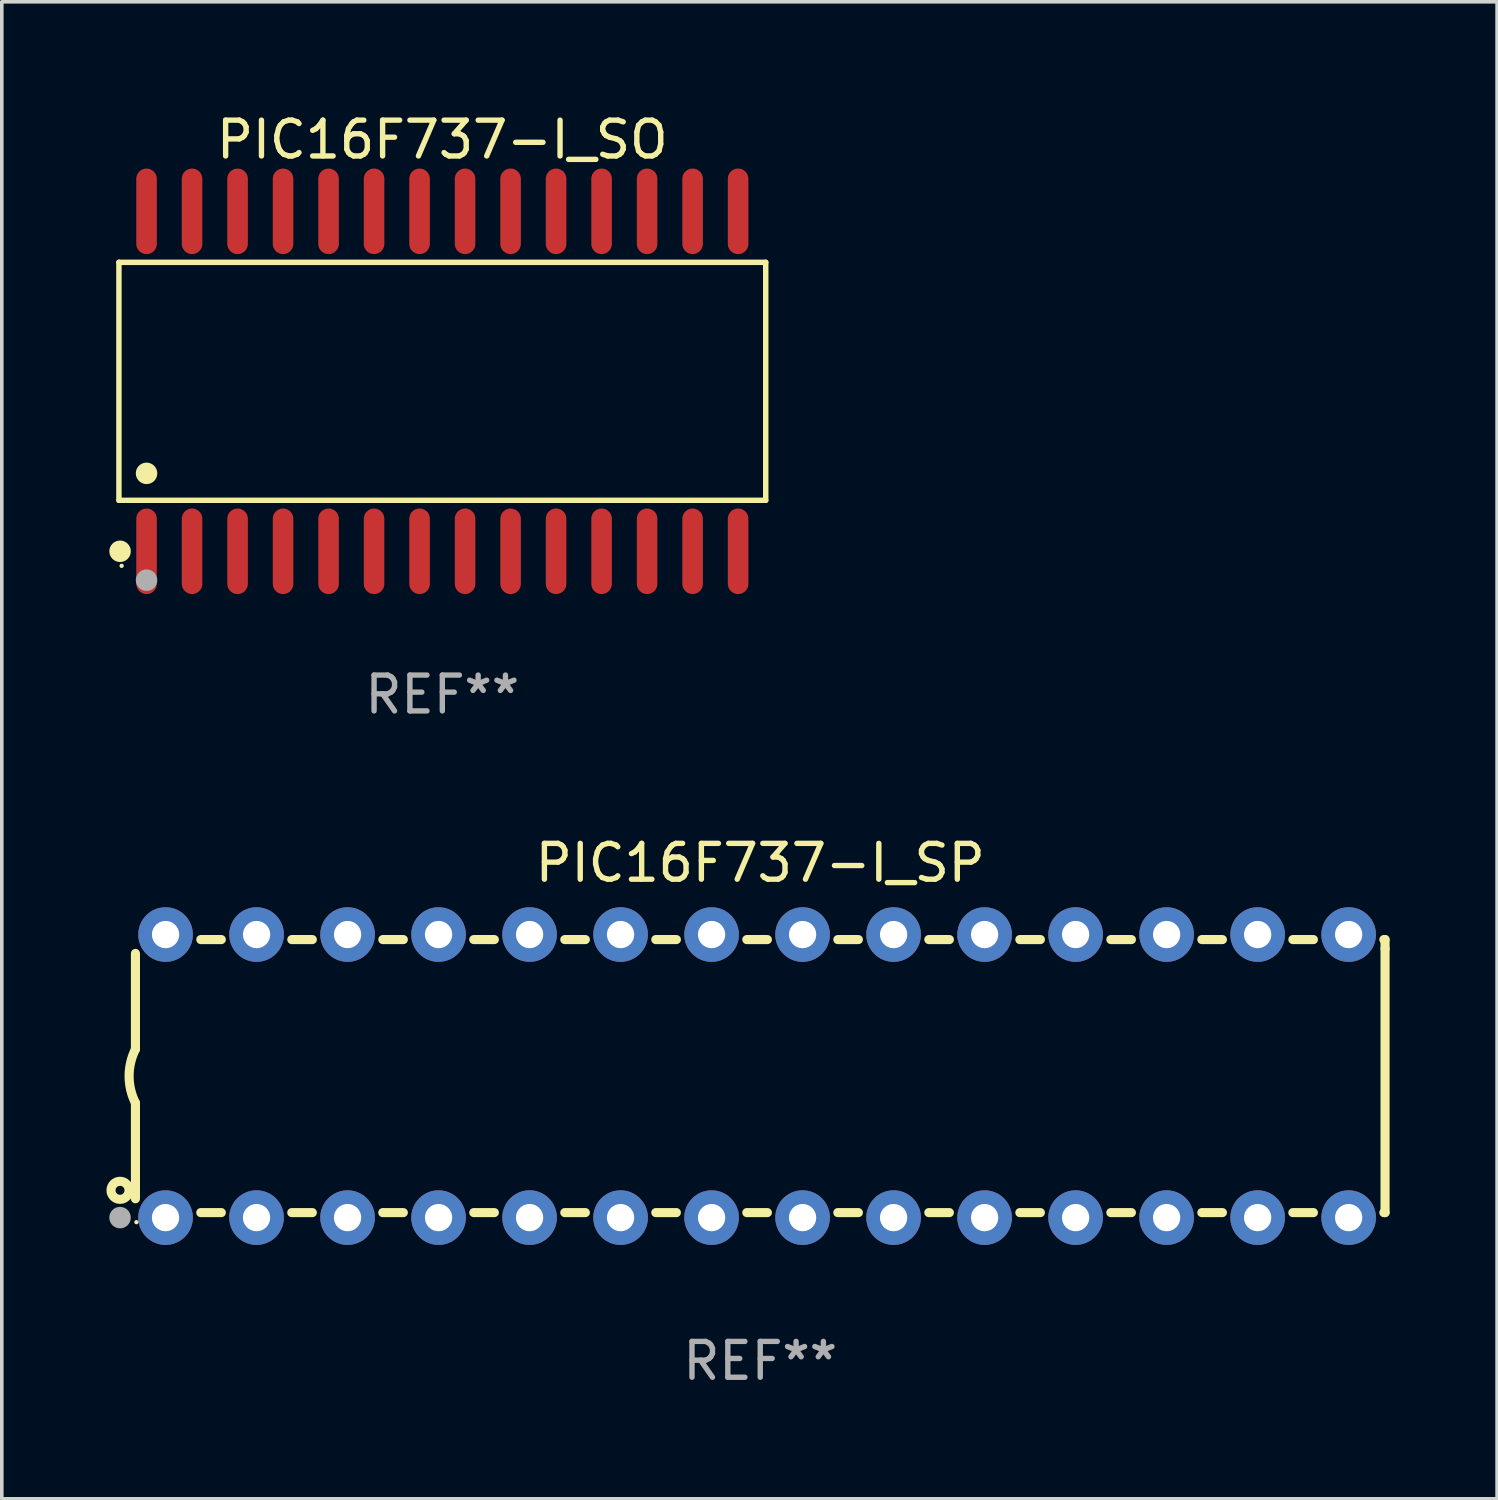
<source format=kicad_pcb>
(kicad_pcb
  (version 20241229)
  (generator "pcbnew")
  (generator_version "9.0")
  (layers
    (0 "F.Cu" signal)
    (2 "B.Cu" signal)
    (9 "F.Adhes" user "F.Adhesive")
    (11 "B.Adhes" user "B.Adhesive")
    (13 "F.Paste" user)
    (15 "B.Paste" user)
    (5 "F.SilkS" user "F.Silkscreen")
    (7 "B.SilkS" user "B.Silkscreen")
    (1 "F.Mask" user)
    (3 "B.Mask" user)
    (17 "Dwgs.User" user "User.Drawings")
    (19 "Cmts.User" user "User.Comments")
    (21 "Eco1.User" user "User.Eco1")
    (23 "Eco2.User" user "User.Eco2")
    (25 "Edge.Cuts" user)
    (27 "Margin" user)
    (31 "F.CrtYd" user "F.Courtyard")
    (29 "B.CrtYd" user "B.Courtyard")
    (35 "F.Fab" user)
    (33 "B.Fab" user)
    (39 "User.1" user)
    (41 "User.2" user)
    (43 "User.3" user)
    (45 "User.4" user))
  (footprint "PIC16F737-I_SP"
    (layer "F.Cu")
    (at 18.168 26.983)
    (property "Reference" "PIC16F737-I_SP" (at 0 -5.95 0) (layer "F.SilkS") (effects (font (size 1 1) (thickness 0.15))))
    (attr through_hole)
    (fp_line (start -17.438 0.75) (end -17.438 3.423) (stroke (width 0.254) (type solid)) (layer "F.SilkS"))
    (fp_line (start -17.438 -3.423) (end -17.438 -0.75) (stroke (width 0.254) (type solid)) (layer "F.SilkS"))
    (fp_line (start -15.615 3.81) (end -15.041 3.81) (stroke (width 0.254) (type solid)) (layer "F.SilkS"))
    (fp_line (start -15.041 -3.81) (end -15.614 -3.81) (stroke (width 0.254) (type solid)) (layer "F.SilkS"))
    (fp_line (start -13.075 3.81) (end -12.501 3.81) (stroke (width 0.254) (type solid)) (layer "F.SilkS"))
    (fp_line (start -12.501 -3.81) (end -13.074 -3.81) (stroke (width 0.254) (type solid)) (layer "F.SilkS"))
    (fp_line (start -10.535 3.81) (end -9.961 3.81) (stroke (width 0.254) (type solid)) (layer "F.SilkS"))
    (fp_line (start -9.961 -3.81) (end -10.534 -3.81) (stroke (width 0.254) (type solid)) (layer "F.SilkS"))
    (fp_line (start -7.995 3.81) (end -7.421 3.81) (stroke (width 0.254) (type solid)) (layer "F.SilkS"))
    (fp_line (start -7.421 -3.81) (end -7.995 -3.81) (stroke (width 0.254) (type solid)) (layer "F.SilkS"))
    (fp_line (start -5.455 3.81) (end -4.881 3.81) (stroke (width 0.254) (type solid)) (layer "F.SilkS"))
    (fp_line (start -4.881 -3.81) (end -5.455 -3.81) (stroke (width 0.254) (type solid)) (layer "F.SilkS"))
    (fp_line (start -2.915 3.81) (end -2.341 3.81) (stroke (width 0.254) (type solid)) (layer "F.SilkS"))
    (fp_line (start -2.341 -3.81) (end -2.915 -3.81) (stroke (width 0.254) (type solid)) (layer "F.SilkS"))
    (fp_line (start -0.375 3.81) (end 0.199 3.81) (stroke (width 0.254) (type solid)) (layer "F.SilkS"))
    (fp_line (start 0.199 -3.81) (end -0.375 -3.81) (stroke (width 0.254) (type solid)) (layer "F.SilkS"))
    (fp_line (start 2.165 3.81) (end 2.739 3.81) (stroke (width 0.254) (type solid)) (layer "F.SilkS"))
    (fp_line (start 2.739 -3.81) (end 2.165 -3.81) (stroke (width 0.254) (type solid)) (layer "F.SilkS"))
    (fp_line (start 4.705 3.81) (end 5.279 3.81) (stroke (width 0.254) (type solid)) (layer "F.SilkS"))
    (fp_line (start 5.279 -3.81) (end 4.705 -3.81) (stroke (width 0.254) (type solid)) (layer "F.SilkS"))
    (fp_line (start 7.245 3.81) (end 7.819 3.81) (stroke (width 0.254) (type solid)) (layer "F.SilkS"))
    (fp_line (start 7.819 -3.81) (end 7.245 -3.81) (stroke (width 0.254) (type solid)) (layer "F.SilkS"))
    (fp_line (start 9.785 3.81) (end 10.359 3.81) (stroke (width 0.254) (type solid)) (layer "F.SilkS"))
    (fp_line (start 10.359 -3.81) (end 9.785 -3.81) (stroke (width 0.254) (type solid)) (layer "F.SilkS"))
    (fp_line (start 12.325 3.81) (end 12.899 3.81) (stroke (width 0.254) (type solid)) (layer "F.SilkS"))
    (fp_line (start 12.899 -3.81) (end 12.325 -3.81) (stroke (width 0.254) (type solid)) (layer "F.SilkS"))
    (fp_line (start 14.865 3.81) (end 15.439 3.81) (stroke (width 0.254) (type solid)) (layer "F.SilkS"))
    (fp_line (start 15.439 -3.81) (end 14.865 -3.81) (stroke (width 0.254) (type solid)) (layer "F.SilkS"))
    (fp_line (start 17.405 3.81) (end 17.438 3.81) (stroke (width 0.254) (type solid)) (layer "F.SilkS"))
    (fp_line (start 17.438 -3.81) (end 17.405 -3.81) (stroke (width 0.254) (type solid)) (layer "F.SilkS"))
    (fp_line (start 17.438 -3.556) (end 17.438 -3.81) (stroke (width 0.254) (type solid)) (layer "F.SilkS"))
    (fp_line (start 17.438 3.81) (end 17.438 -3.556) (stroke (width 0.254) (type solid)) (layer "F.SilkS"))
    (fp_arc (start -17.437986 0.749657) (mid -17.614887 -0.000024) (end -17.437783 -0.749657) (stroke (width 0.254001) (type solid)) (layer "F.SilkS"))
    (fp_circle (center -17.868 3.188) (end -17.743 3.188) (stroke (width 0.254) (type solid)) (fill no) (layer "F.SilkS"))
    (fp_circle (center -17.411 4.077) (end -17.381 4.077) (stroke (width 0.06) (type solid)) (fill no) (layer "F.SilkS"))
    (fp_circle (center -17.868 3.95) (end -17.718 3.95) (stroke (width 0.3) (type solid)) (fill no) (layer "F.Fab"))
    (fp_text user "REF**" (at 0 7.95 0) (layer "F.Fab") (effects (font (size 1 1) (thickness 0.15))))
    (pad "1" thru_hole circle (at -16.598 3.95) (size 1.524 1.524) (drill 0.762) (layers "*.Cu" "*.Mask"))
    (pad "2" thru_hole circle (at -14.058 3.95) (size 1.524 1.524) (drill 0.762) (layers "*.Cu" "*.Mask"))
    (pad "3" thru_hole circle (at -11.518 3.95) (size 1.524 1.524) (drill 0.762) (layers "*.Cu" "*.Mask"))
    (pad "4" thru_hole circle (at -8.978 3.95) (size 1.524 1.524) (drill 0.762) (layers "*.Cu" "*.Mask"))
    (pad "5" thru_hole circle (at -6.438 3.95) (size 1.524 1.524) (drill 0.762) (layers "*.Cu" "*.Mask"))
    (pad "6" thru_hole circle (at -3.898 3.95) (size 1.524 1.524) (drill 0.762) (layers "*.Cu" "*.Mask"))
    (pad "7" thru_hole circle (at -1.358 3.95) (size 1.524 1.524) (drill 0.762) (layers "*.Cu" "*.Mask"))
    (pad "8" thru_hole circle (at 1.182 3.95) (size 1.524 1.524) (drill 0.762) (layers "*.Cu" "*.Mask"))
    (pad "9" thru_hole circle (at 3.722 3.95) (size 1.524 1.524) (drill 0.762) (layers "*.Cu" "*.Mask"))
    (pad "10" thru_hole circle (at 6.262 3.95) (size 1.524 1.524) (drill 0.762) (layers "*.Cu" "*.Mask"))
    (pad "11" thru_hole circle (at 8.802 3.95) (size 1.524 1.524) (drill 0.762) (layers "*.Cu" "*.Mask"))
    (pad "12" thru_hole circle (at 11.342 3.95) (size 1.524 1.524) (drill 0.762) (layers "*.Cu" "*.Mask"))
    (pad "13" thru_hole circle (at 13.882 3.95) (size 1.524 1.524) (drill 0.762) (layers "*.Cu" "*.Mask"))
    (pad "14" thru_hole circle (at 16.422 3.95) (size 1.524 1.524) (drill 0.762) (layers "*.Cu" "*.Mask"))
    (pad "15" thru_hole circle (at 16.422 -3.95) (size 1.524 1.524) (drill 0.762) (layers "*.Cu" "*.Mask"))
    (pad "16" thru_hole circle (at 13.882 -3.95) (size 1.524 1.524) (drill 0.762) (layers "*.Cu" "*.Mask"))
    (pad "17" thru_hole circle (at 11.342 -3.95) (size 1.524 1.524) (drill 0.762) (layers "*.Cu" "*.Mask"))
    (pad "18" thru_hole circle (at 8.802 -3.95) (size 1.524 1.524) (drill 0.762) (layers "*.Cu" "*.Mask"))
    (pad "19" thru_hole circle (at 6.262 -3.95) (size 1.524 1.524) (drill 0.762) (layers "*.Cu" "*.Mask"))
    (pad "20" thru_hole circle (at 3.722 -3.95) (size 1.524 1.524) (drill 0.762) (layers "*.Cu" "*.Mask"))
    (pad "21" thru_hole circle (at 1.182 -3.95) (size 1.524 1.524) (drill 0.762) (layers "*.Cu" "*.Mask"))
    (pad "22" thru_hole circle (at -1.358 -3.95) (size 1.524 1.524) (drill 0.762) (layers "*.Cu" "*.Mask"))
    (pad "23" thru_hole circle (at -3.898 -3.95) (size 1.524 1.524) (drill 0.762) (layers "*.Cu" "*.Mask"))
    (pad "24" thru_hole circle (at -6.438 -3.95) (size 1.524 1.524) (drill 0.762) (layers "*.Cu" "*.Mask"))
    (pad "25" thru_hole circle (at -8.978 -3.95) (size 1.524 1.524) (drill 0.762) (layers "*.Cu" "*.Mask"))
    (pad "26" thru_hole circle (at -11.517 -3.95) (size 1.524 1.524) (drill 0.762) (layers "*.Cu" "*.Mask"))
    (pad "27" thru_hole circle (at -14.057 -3.95) (size 1.524 1.524) (drill 0.762) (layers "*.Cu" "*.Mask"))
    (pad "28" thru_hole circle (at -16.597 -3.95) (size 1.524 1.524) (drill 0.762) (layers "*.Cu" "*.Mask")))
  (footprint "PIC16F737-I_SO"
    (layer "F.Cu")
    (at 9.295 7.592)
    (property "Reference" "PIC16F737-I_SO" (at 0 -6.744 0) (layer "F.SilkS") (effects (font (size 1 1) (thickness 0.15))))
    (attr through_hole)
    (fp_line (start -9.026 -3.321) (end 9.026 -3.321) (stroke (width 0.152) (type solid)) (layer "F.SilkS"))
    (fp_line (start -9.026 3.321) (end -9.026 -3.321) (stroke (width 0.152) (type solid)) (layer "F.SilkS"))
    (fp_line (start 9.026 -3.321) (end 9.026 3.321) (stroke (width 0.152) (type solid)) (layer "F.SilkS"))
    (fp_line (start 9.026 3.321) (end -9.026 3.321) (stroke (width 0.152) (type solid)) (layer "F.SilkS"))
    (fp_circle (center -8.994 4.744) (end -8.844 4.744) (stroke (width 0.3) (type solid)) (fill no) (layer "F.SilkS"))
    (fp_circle (center -8.95 5.15) (end -8.92 5.15) (stroke (width 0.06) (type solid)) (fill no) (layer "F.SilkS"))
    (fp_circle (center -8.255 2.569) (end -8.105 2.569) (stroke (width 0.3) (type solid)) (fill no) (layer "F.SilkS"))
    (fp_circle (center -8.255 5.55) (end -8.105 5.55) (stroke (width 0.3) (type solid)) (fill no) (layer "F.Fab"))
    (fp_text user "REF**" (at 0 8.744 0) (layer "F.Fab") (effects (font (size 1 1) (thickness 0.15))))
    (pad "1" smd oval (at -8.255 4.744) (size 0.574 2.388) (layers "F.Cu" "F.Mask" "F.Paste"))
    (pad "2" smd oval (at -6.985 4.744) (size 0.574 2.388) (layers "F.Cu" "F.Mask" "F.Paste"))
    (pad "3" smd oval (at -5.715 4.744) (size 0.574 2.388) (layers "F.Cu" "F.Mask" "F.Paste"))
    (pad "4" smd oval (at -4.445 4.744) (size 0.574 2.388) (layers "F.Cu" "F.Mask" "F.Paste"))
    (pad "5" smd oval (at -3.175 4.744) (size 0.574 2.388) (layers "F.Cu" "F.Mask" "F.Paste"))
    (pad "6" smd oval (at -1.905 4.744) (size 0.574 2.388) (layers "F.Cu" "F.Mask" "F.Paste"))
    (pad "7" smd oval (at -0.635 4.744) (size 0.574 2.388) (layers "F.Cu" "F.Mask" "F.Paste"))
    (pad "8" smd oval (at 0.635 4.744) (size 0.574 2.388) (layers "F.Cu" "F.Mask" "F.Paste"))
    (pad "9" smd oval (at 1.905 4.744) (size 0.574 2.388) (layers "F.Cu" "F.Mask" "F.Paste"))
    (pad "10" smd oval (at 3.175 4.744) (size 0.574 2.388) (layers "F.Cu" "F.Mask" "F.Paste"))
    (pad "11" smd oval (at 4.445 4.744) (size 0.574 2.388) (layers "F.Cu" "F.Mask" "F.Paste"))
    (pad "12" smd oval (at 5.715 4.744) (size 0.574 2.388) (layers "F.Cu" "F.Mask" "F.Paste"))
    (pad "13" smd oval (at 6.985 4.744) (size 0.574 2.388) (layers "F.Cu" "F.Mask" "F.Paste"))
    (pad "14" smd oval (at 8.255 4.744) (size 0.574 2.388) (layers "F.Cu" "F.Mask" "F.Paste"))
    (pad "15" smd oval (at 8.255 -4.744) (size 0.574 2.388) (layers "F.Cu" "F.Mask" "F.Paste"))
    (pad "16" smd oval (at 6.985 -4.744) (size 0.574 2.388) (layers "F.Cu" "F.Mask" "F.Paste"))
    (pad "17" smd oval (at 5.715 -4.744) (size 0.574 2.388) (layers "F.Cu" "F.Mask" "F.Paste"))
    (pad "18" smd oval (at 4.445 -4.744) (size 0.574 2.388) (layers "F.Cu" "F.Mask" "F.Paste"))
    (pad "19" smd oval (at 3.175 -4.744) (size 0.574 2.388) (layers "F.Cu" "F.Mask" "F.Paste"))
    (pad "20" smd oval (at 1.905 -4.744) (size 0.574 2.388) (layers "F.Cu" "F.Mask" "F.Paste"))
    (pad "21" smd oval (at 0.635 -4.744) (size 0.574 2.388) (layers "F.Cu" "F.Mask" "F.Paste"))
    (pad "22" smd oval (at -0.635 -4.744) (size 0.574 2.388) (layers "F.Cu" "F.Mask" "F.Paste"))
    (pad "23" smd oval (at -1.905 -4.744) (size 0.574 2.388) (layers "F.Cu" "F.Mask" "F.Paste"))
    (pad "24" smd oval (at -3.175 -4.744) (size 0.574 2.388) (layers "F.Cu" "F.Mask" "F.Paste"))
    (pad "25" smd oval (at -4.445 -4.744) (size 0.574 2.388) (layers "F.Cu" "F.Mask" "F.Paste"))
    (pad "26" smd oval (at -5.715 -4.744) (size 0.574 2.388) (layers "F.Cu" "F.Mask" "F.Paste"))
    (pad "27" smd oval (at -6.985 -4.744) (size 0.574 2.388) (layers "F.Cu" "F.Mask" "F.Paste"))
    (pad "28" smd oval (at -8.255 -4.744) (size 0.574 2.388) (layers "F.Cu" "F.Mask" "F.Paste")))
  (gr_rect
    (start -3 -3)
    (end 38.733 38.781)
    (stroke (width 0.1) (type default))
    (fill no)
    (layer "Edge.Cuts")))
</source>
